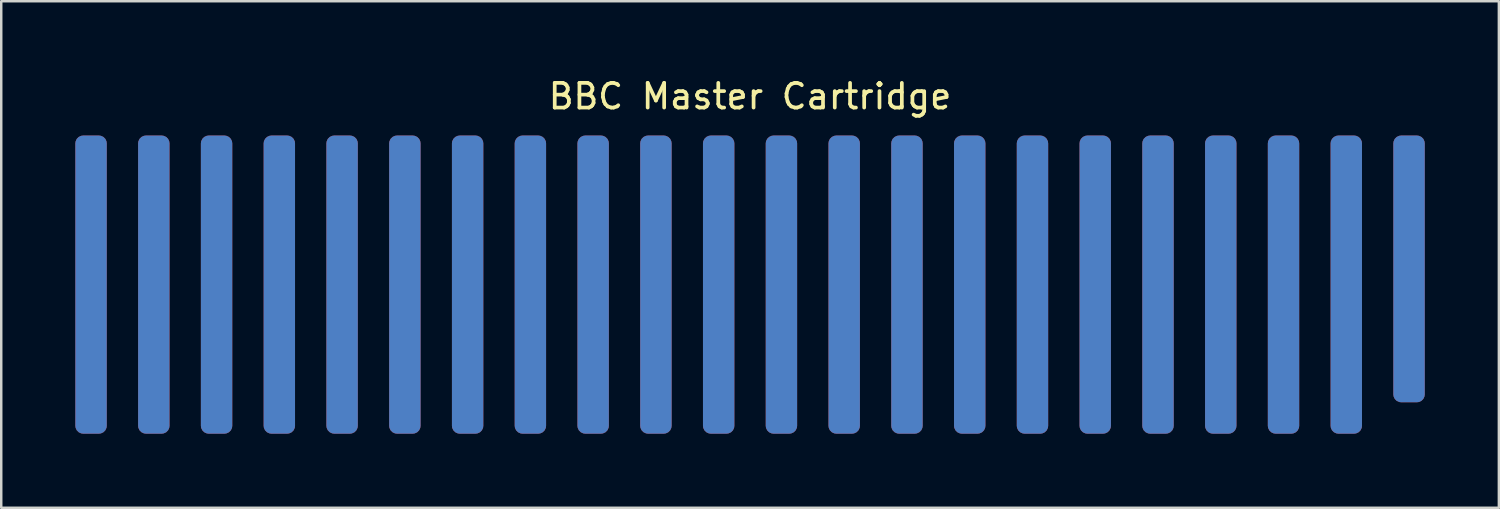
<source format=kicad_pcb>
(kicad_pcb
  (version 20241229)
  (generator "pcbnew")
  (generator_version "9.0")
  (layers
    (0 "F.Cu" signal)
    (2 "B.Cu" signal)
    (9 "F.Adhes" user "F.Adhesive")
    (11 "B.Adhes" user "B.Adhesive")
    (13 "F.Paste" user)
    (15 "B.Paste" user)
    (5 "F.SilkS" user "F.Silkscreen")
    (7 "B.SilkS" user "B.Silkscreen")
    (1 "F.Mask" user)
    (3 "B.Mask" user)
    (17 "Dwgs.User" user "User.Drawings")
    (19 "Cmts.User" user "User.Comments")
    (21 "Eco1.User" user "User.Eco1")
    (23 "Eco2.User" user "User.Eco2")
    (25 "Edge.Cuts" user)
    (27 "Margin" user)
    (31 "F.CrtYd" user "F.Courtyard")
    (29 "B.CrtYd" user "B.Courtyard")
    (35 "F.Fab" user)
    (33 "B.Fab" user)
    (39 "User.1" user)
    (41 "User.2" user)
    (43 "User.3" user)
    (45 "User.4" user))
  (footprint "BBC Master Cartridge"
    (layer "F.Cu")
    (at 27.305 2.436)
    (property "Reference" "BBC Master Cartridge" (at 0 -1.587 0) (layer "F.SilkS") (effects (font (size 1 1) (thickness 0.15))))
    (attr through_hole)
    (pad "a1" connect roundrect (at 26.67 5.397) (size 1.27 10.795) (layers "B.Cu" "B.Mask") (roundrect_rratio 0.25))
    (pad "a2" connect roundrect (at 24.13 6.032) (size 1.27 12.065) (layers "B.Cu" "B.Mask") (roundrect_rratio 0.25))
    (pad "a3" connect roundrect (at 21.59 6.032) (size 1.27 12.065) (layers "B.Cu" "B.Mask") (roundrect_rratio 0.25))
    (pad "a4" connect roundrect (at 19.05 6.032) (size 1.27 12.065) (layers "B.Cu" "B.Mask") (roundrect_rratio 0.25))
    (pad "a5" connect roundrect (at 16.51 6.032) (size 1.27 12.065) (layers "B.Cu" "B.Mask") (roundrect_rratio 0.25))
    (pad "a6" connect roundrect (at 13.97 6.032) (size 1.27 12.065) (layers "B.Cu" "B.Mask") (roundrect_rratio 0.25))
    (pad "a7" connect roundrect (at 11.43 6.032) (size 1.27 12.065) (layers "B.Cu" "B.Mask") (roundrect_rratio 0.25))
    (pad "a8" connect roundrect (at 8.89 6.032) (size 1.27 12.065) (layers "B.Cu" "B.Mask") (roundrect_rratio 0.25))
    (pad "a9" connect roundrect (at 6.35 6.032) (size 1.27 12.065) (layers "B.Cu" "B.Mask") (roundrect_rratio 0.25))
    (pad "a10" connect roundrect (at 3.81 6.032) (size 1.27 12.065) (layers "B.Cu" "B.Mask") (roundrect_rratio 0.25))
    (pad "a11" connect roundrect (at 1.27 6.032) (size 1.27 12.065) (layers "B.Cu" "B.Mask") (roundrect_rratio 0.25))
    (pad "a12" connect roundrect (at -1.27 6.032) (size 1.27 12.065) (layers "B.Cu" "B.Mask") (roundrect_rratio 0.25))
    (pad "a13" connect roundrect (at -3.81 6.032) (size 1.27 12.065) (layers "B.Cu" "B.Mask") (roundrect_rratio 0.25))
    (pad "a14" connect roundrect (at -6.35 6.032) (size 1.27 12.065) (layers "B.Cu" "B.Mask") (roundrect_rratio 0.25))
    (pad "a15" connect roundrect (at -8.89 6.032) (size 1.27 12.065) (layers "B.Cu" "B.Mask") (roundrect_rratio 0.25))
    (pad "a16" connect roundrect (at -11.43 6.032) (size 1.27 12.065) (layers "B.Cu" "B.Mask") (roundrect_rratio 0.25))
    (pad "a17" connect roundrect (at -13.97 6.032) (size 1.27 12.065) (layers "B.Cu" "B.Mask") (roundrect_rratio 0.25))
    (pad "a18" connect roundrect (at -16.51 6.032) (size 1.27 12.065) (layers "B.Cu" "B.Mask") (roundrect_rratio 0.25))
    (pad "a19" connect roundrect (at -19.05 6.032) (size 1.27 12.065) (layers "B.Cu" "B.Mask") (roundrect_rratio 0.25))
    (pad "a20" connect roundrect (at -21.59 6.032) (size 1.27 12.065) (layers "B.Cu" "B.Mask") (roundrect_rratio 0.25))
    (pad "a21" connect roundrect (at -24.13 6.032) (size 1.27 12.065) (layers "B.Cu" "B.Mask") (roundrect_rratio 0.25))
    (pad "a22" connect roundrect (at -26.67 6.032) (size 1.27 12.065) (layers "B.Cu" "B.Mask") (roundrect_rratio 0.25))
    (pad "b1" connect roundrect (at 26.67 5.397) (size 1.27 10.795) (layers "F.Cu" "F.Mask") (roundrect_rratio 0.25))
    (pad "b2" connect roundrect (at 24.13 6.032) (size 1.27 12.065) (layers "F.Cu" "F.Mask") (roundrect_rratio 0.25))
    (pad "b3" connect roundrect (at 21.59 6.032) (size 1.27 12.065) (layers "F.Cu" "F.Mask") (roundrect_rratio 0.25))
    (pad "b4" connect roundrect (at 19.05 6.032) (size 1.27 12.065) (layers "F.Cu" "F.Mask") (roundrect_rratio 0.25))
    (pad "b5" connect roundrect (at 16.51 6.032) (size 1.27 12.065) (layers "F.Cu" "F.Mask") (roundrect_rratio 0.25))
    (pad "b6" connect roundrect (at 13.97 6.032) (size 1.27 12.065) (layers "F.Cu" "F.Mask") (roundrect_rratio 0.25))
    (pad "b7" connect roundrect (at 11.43 6.032) (size 1.27 12.065) (layers "F.Cu" "F.Mask") (roundrect_rratio 0.25))
    (pad "b8" connect roundrect (at 8.89 6.032) (size 1.27 12.065) (layers "F.Cu" "F.Mask") (roundrect_rratio 0.25))
    (pad "b9" connect roundrect (at 6.35 6.032) (size 1.27 12.065) (layers "F.Cu" "F.Mask") (roundrect_rratio 0.25))
    (pad "b10" connect roundrect (at 3.81 6.032) (size 1.27 12.065) (layers "F.Cu" "F.Mask") (roundrect_rratio 0.25))
    (pad "b11" connect roundrect (at 1.27 6.032) (size 1.27 12.065) (layers "F.Cu" "F.Mask") (roundrect_rratio 0.25))
    (pad "b12" connect roundrect (at -1.27 6.032) (size 1.27 12.065) (layers "F.Cu" "F.Mask") (roundrect_rratio 0.25))
    (pad "b13" connect roundrect (at -3.81 6.032) (size 1.27 12.065) (layers "F.Cu" "F.Mask") (roundrect_rratio 0.25))
    (pad "b14" connect roundrect (at -6.35 6.032) (size 1.27 12.065) (layers "F.Cu" "F.Mask") (roundrect_rratio 0.25))
    (pad "b15" connect roundrect (at -8.89 6.032) (size 1.27 12.065) (layers "F.Cu" "F.Mask") (roundrect_rratio 0.25))
    (pad "b16" connect roundrect (at -11.43 6.032) (size 1.27 12.065) (layers "F.Cu" "F.Mask") (roundrect_rratio 0.25))
    (pad "b17" connect roundrect (at -13.97 6.032) (size 1.27 12.065) (layers "F.Cu" "F.Mask") (roundrect_rratio 0.25))
    (pad "b18" connect roundrect (at -16.51 6.032) (size 1.27 12.065) (layers "F.Cu" "F.Mask") (roundrect_rratio 0.25))
    (pad "b19" connect roundrect (at -19.05 6.032) (size 1.27 12.065) (layers "F.Cu" "F.Mask") (roundrect_rratio 0.25))
    (pad "b20" connect roundrect (at -21.59 6.032) (size 1.27 12.065) (layers "F.Cu" "F.Mask") (roundrect_rratio 0.25))
    (pad "b21" connect roundrect (at -24.13 6.032) (size 1.27 12.065) (layers "F.Cu" "F.Mask") (roundrect_rratio 0.25))
    (pad "b22" connect roundrect (at -26.67 6.032) (size 1.27 12.065) (layers "F.Cu" "F.Mask") (roundrect_rratio 0.25)))
  (gr_rect
    (start -3 -3)
    (end 57.61 17.501)
    (stroke (width 0.1) (type default))
    (fill no)
    (layer "Edge.Cuts")))
</source>
